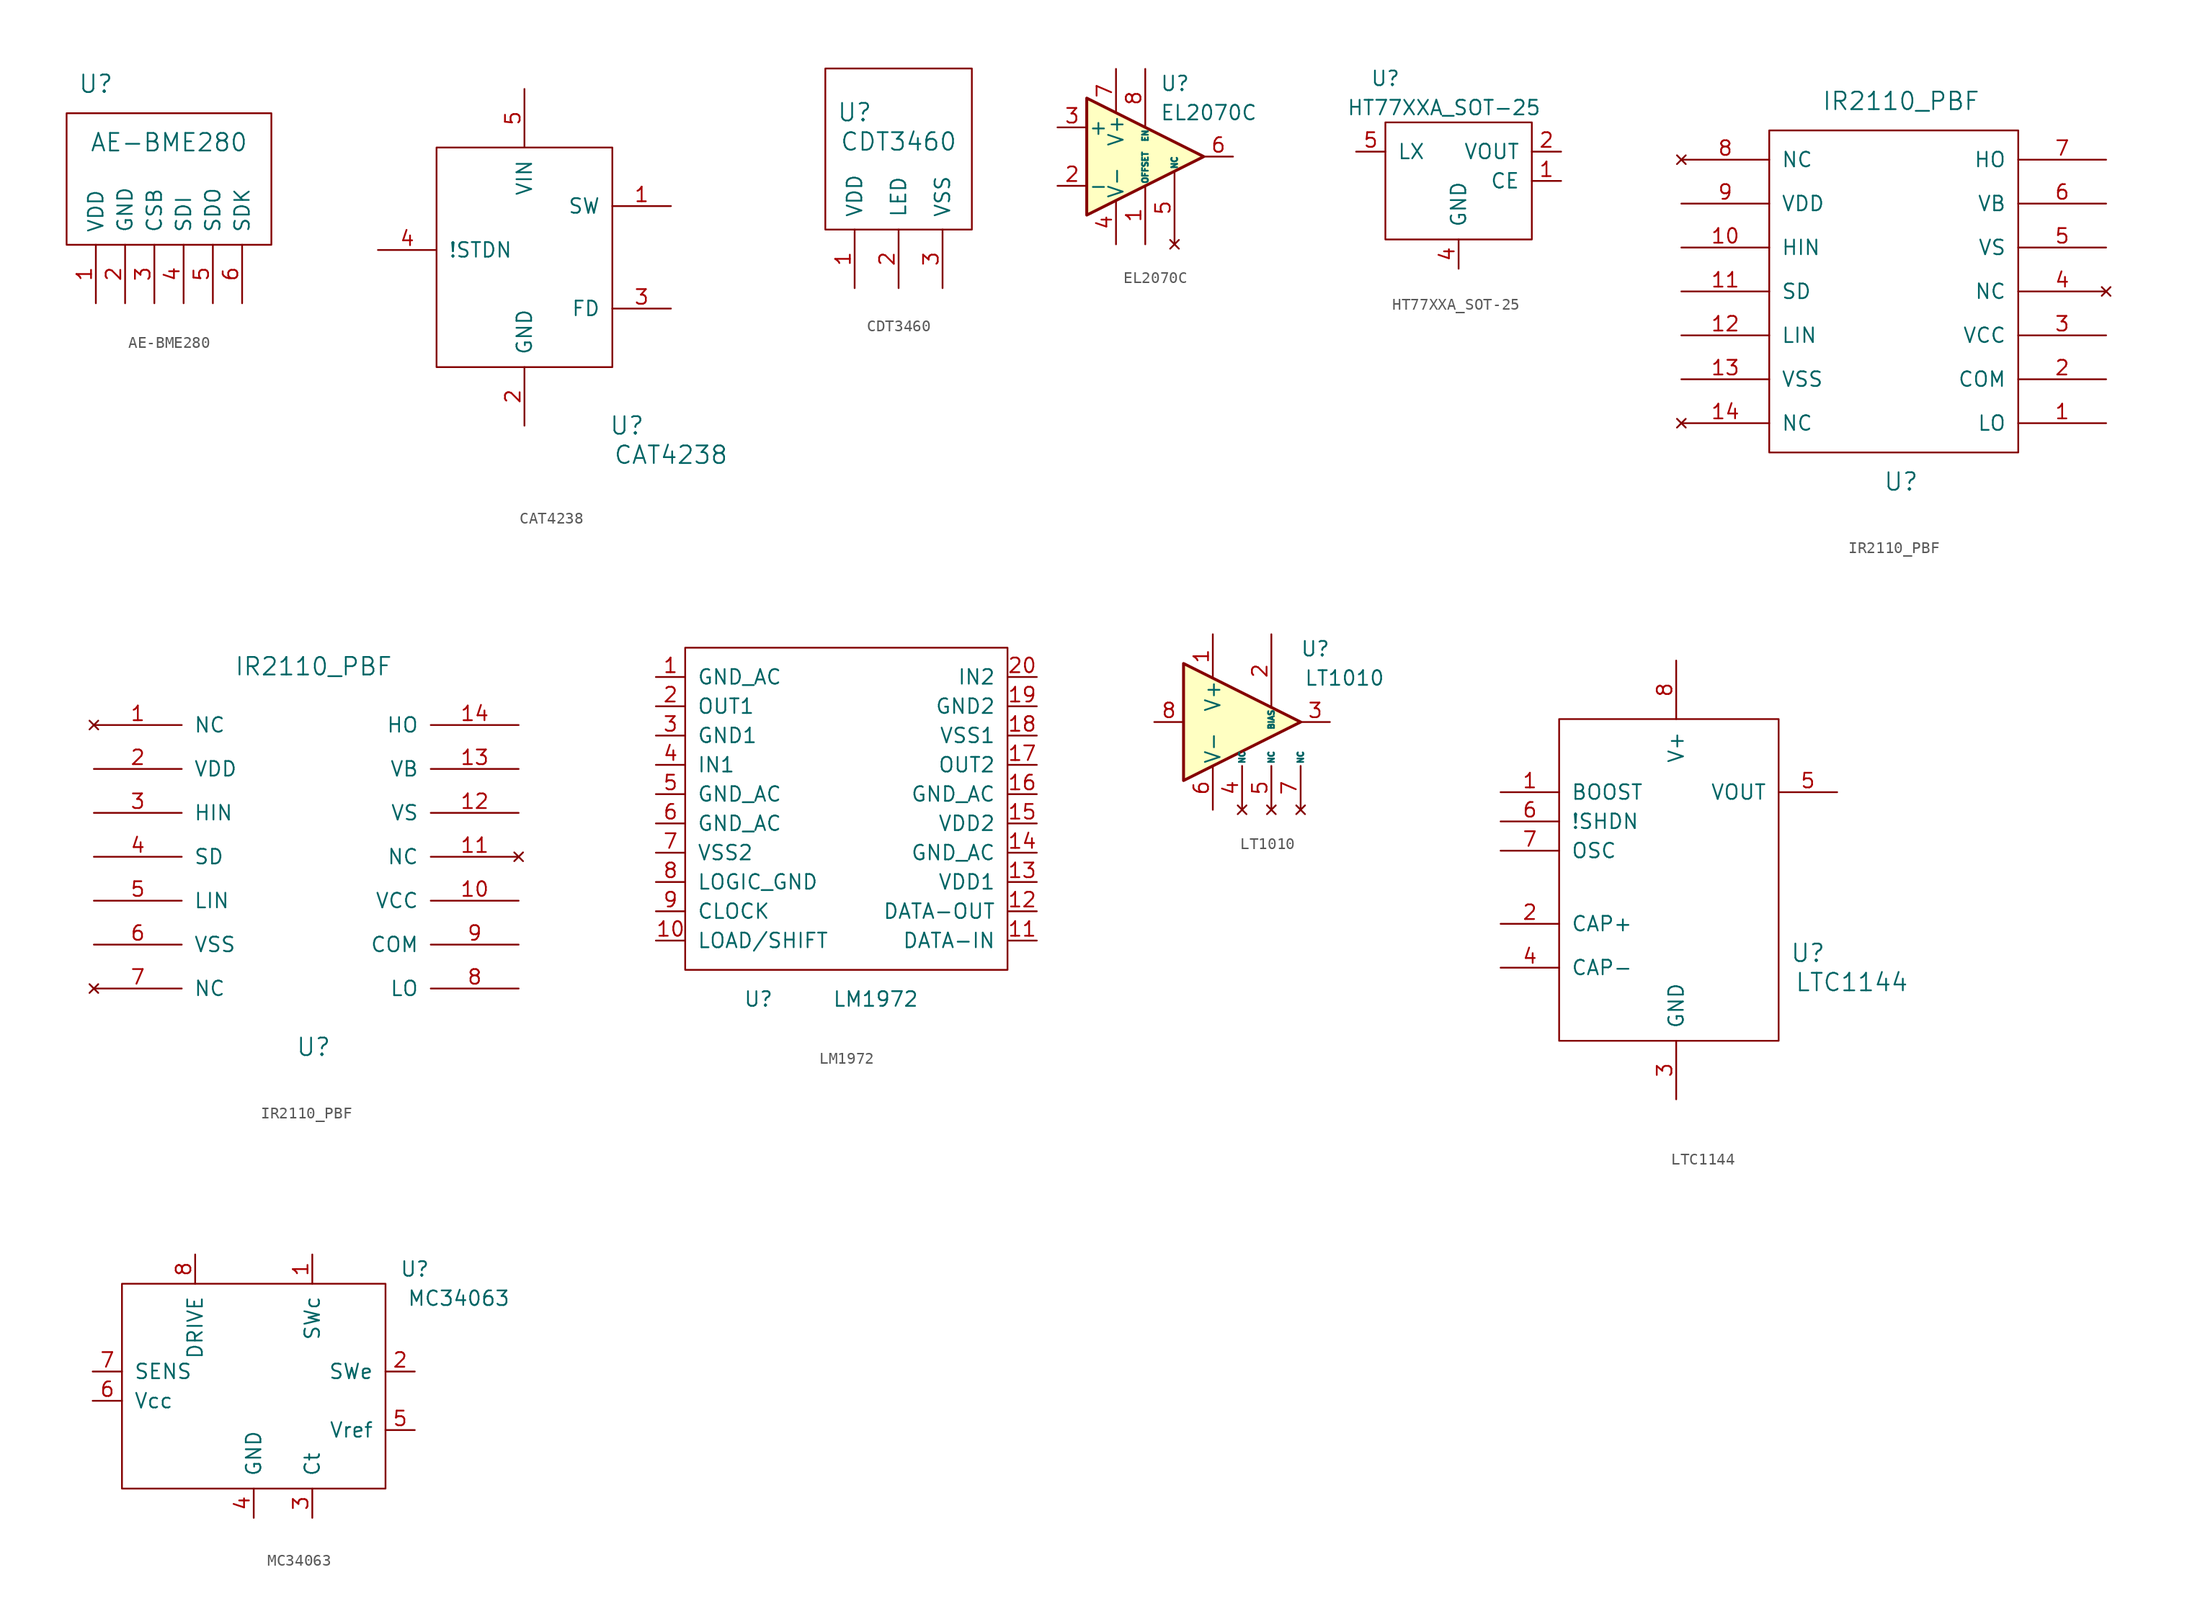
<source format=kicad_sym>
(kicad_symbol_lib
  (version 20220914)
  (generator kicad_symbol_editor)
  (symbol "AE-BME280"
    (pin_names
      (offset 1.016))
    (property "Reference" "U"
      (at -6.35 13.97 0)
      (effects (font (size 1.524 1.524))))
    (property "Value" "AE-BME280"
      (at 0 8.89 0)
      (effects (font (size 1.524 1.524))))
    (property "Footprint" ""
      (at 0 0 0)
      (effects (font (size 1.524 1.524))))
    (property "Datasheet" ""
      (at 0 0 0)
      (effects (font (size 1.524 1.524))))
    (symbol "AE-BME280_0_1"
      (rectangle (start -8.89 11.43) (end 8.89 0) (stroke (width 0) (type solid)) (fill (type none))))
    (symbol "AE-BME280_1_1"
      (pin power_in line (at -6.35 -5.08 90) (length 5.08) (name "VDD" (effects (font (size 1.27 1.27)))) (number "1" (effects (font (size 1.27 1.27)))))
      (pin power_in line (at -3.81 -5.08 90) (length 5.08) (name "GND" (effects (font (size 1.27 1.27)))) (number "2" (effects (font (size 1.27 1.27)))))
      (pin input line (at -1.27 -5.08 90) (length 5.08) (name "CSB" (effects (font (size 1.27 1.27)))) (number "3" (effects (font (size 1.27 1.27)))))
      (pin input line (at 1.27 -5.08 90) (length 5.08) (name "SDI" (effects (font (size 1.27 1.27)))) (number "4" (effects (font (size 1.27 1.27)))))
      (pin input line (at 3.81 -5.08 90) (length 5.08) (name "SDO" (effects (font (size 1.27 1.27)))) (number "5" (effects (font (size 1.27 1.27)))))
      (pin input line (at 6.35 -5.08 90) (length 5.08) (name "SDK" (effects (font (size 1.27 1.27)))) (number "6" (effects (font (size 1.27 1.27)))))))
  (symbol "CAT4238"
    (pin_names
      (offset 1.016))
    (property "Reference" "U"
      (at 8.89 -13.97 0)
      (effects (font (size 1.524 1.524))))
    (property "Value" "CAT4238"
      (at 12.7 -16.51 0)
      (effects (font (size 1.524 1.524))))
    (property "Footprint" ""
      (at -1.27 7.62 0)
      (effects (font (size 1.524 1.524))))
    (property "Datasheet" ""
      (at -1.27 7.62 0)
      (effects (font (size 1.524 1.524))))
    (symbol "CAT4238_0_1"
      (rectangle (start -7.62 10.16) (end 7.62 -8.89) (stroke (width 0) (type solid)) (fill (type none))))
    (symbol "CAT4238_1_1"
      (pin passive line (at 12.7 5.08 180) (length 5.08) (name "SW" (effects (font (size 1.27 1.27)))) (number "1" (effects (font (size 1.27 1.27)))))
      (pin power_in line (at 0 -13.97 90) (length 5.08) (name "GND" (effects (font (size 1.27 1.27)))) (number "2" (effects (font (size 1.27 1.27)))))
      (pin passive line (at 12.7 -3.81 180) (length 5.08) (name "FD" (effects (font (size 1.27 1.27)))) (number "3" (effects (font (size 1.27 1.27)))))
      (pin input line (at -12.7 1.27 0) (length 5.08) (name "!STDN" (effects (font (size 1.27 1.27)))) (number "4" (effects (font (size 1.27 1.27)))))
      (pin power_in line (at 0 15.24 270) (length 5.08) (name "VIN" (effects (font (size 1.27 1.27)))) (number "5" (effects (font (size 1.27 1.27)))))))
  (symbol "CDT3460"
    (pin_names
      (offset 1.016))
    (property "Reference" "U"
      (at -3.81 15.24 0)
      (effects (font (size 1.524 1.524))))
    (property "Value" "CDT3460"
      (at 0 12.7 0)
      (effects (font (size 1.524 1.524))))
    (property "Footprint" ""
      (at -1.27 8.89 0)
      (effects (font (size 1.524 1.524))))
    (property "Datasheet" ""
      (at -1.27 8.89 0)
      (effects (font (size 1.524 1.524))))
    (symbol "CDT3460_0_1"
      (rectangle (start -6.35 19.05) (end 6.35 5.08) (stroke (width 0) (type solid)) (fill (type none))))
    (symbol "CDT3460_1_1"
      (pin power_in line (at -3.81 0 90) (length 5.08) (name "VDD" (effects (font (size 1.27 1.27)))) (number "1" (effects (font (size 1.27 1.27)))))
      (pin output line (at 0 0 90) (length 5.08) (name "LED" (effects (font (size 1.27 1.27)))) (number "2" (effects (font (size 1.27 1.27)))))
      (pin power_in line (at 3.81 0 90) (length 5.08) (name "VSS" (effects (font (size 1.27 1.27)))) (number "3" (effects (font (size 1.27 1.27)))))))
  (symbol "EL2070C"
    (pin_names
      (offset 0.127))
    (property "Reference" "U"
      (at 1.27 6.35 0)
      (effects (font (size 1.27 1.27)) (justify left)))
    (property "Value" "EL2070C"
      (at 1.27 3.81 0)
      (effects (font (size 1.27 1.27)) (justify left)))
    (symbol "EL2070C_0_1"
      (polyline (pts (xy -5.08 5.08) (xy 5.08 0) (xy -5.08 -5.08) (xy -5.08 5.08)) (stroke (width 0.254) (type solid)) (fill (type background))))
    (symbol "EL2070C_1_1"
      (pin input line (at 0 -7.62 90) (length 5.08) (name "OFFSET" (effects (font (size 0.508 0.508)))) (number "1" (effects (font (size 1.27 1.27)))))
      (pin input line (at -7.62 -2.54 0) (length 2.54) (name "-" (effects (font (size 1.27 1.27)))) (number "2" (effects (font (size 1.27 1.27)))))
      (pin input line (at -7.62 2.54 0) (length 2.54) (name "+" (effects (font (size 1.27 1.27)))) (number "3" (effects (font (size 1.27 1.27)))))
      (pin power_in line (at -2.54 -7.62 90) (length 3.81) (name "V-" (effects (font (size 1.27 1.27)))) (number "4" (effects (font (size 1.27 1.27)))))
      (pin no_connect line (at 2.54 -7.62 90) (length 6.35) (name "NC" (effects (font (size 0.508 0.508)))) (number "5" (effects (font (size 1.27 1.27)))))
      (pin output line (at 7.62 0 180) (length 2.54) (name "~" (effects (font (size 1.27 1.27)))) (number "6" (effects (font (size 1.27 1.27)))))
      (pin power_in line (at -2.54 7.62 270) (length 3.81) (name "V+" (effects (font (size 1.27 1.27)))) (number "7" (effects (font (size 1.27 1.27)))))
      (pin input line (at 0 7.62 270) (length 5.08) (name "EN" (effects (font (size 0.508 0.508)))) (number "8" (effects (font (size 1.27 1.27)))))))
  (symbol "HT77XXA_SOT-25"
    (pin_names
      (offset 1.016))
    (property "Reference" "U"
      (at -6.35 8.89 0)
      (effects (font (size 1.27 1.27))))
    (property "Value" "HT77XXA_SOT-25"
      (at -1.27 6.35 0)
      (effects (font (size 1.27 1.27))))
    (symbol "HT77XXA_SOT-25_0_1"
      (rectangle (start -6.35 5.08) (end 6.35 -5.08) (stroke (width 0) (type solid)) (fill (type none))))
    (symbol "HT77XXA_SOT-25_1_1"
      (pin input line (at 8.89 0 180) (length 2.54) (name "CE" (effects (font (size 1.27 1.27)))) (number "1" (effects (font (size 1.27 1.27)))))
      (pin power_out line (at 8.89 2.54 180) (length 2.54) (name "VOUT" (effects (font (size 1.27 1.27)))) (number "2" (effects (font (size 1.27 1.27)))))
      (pin no_connect line (at -8.89 0 0) (length 2.54) hide (name "NC" (effects (font (size 1.27 1.27)))) (number "3" (effects (font (size 1.27 1.27)))))
      (pin power_in line (at 0 -7.62 90) (length 2.54) (name "GND" (effects (font (size 1.27 1.27)))) (number "4" (effects (font (size 1.27 1.27)))))
      (pin input line (at -8.89 2.54 0) (length 2.54) (name "LX" (effects (font (size 1.27 1.27)))) (number "5" (effects (font (size 1.27 1.27)))))))
  (symbol "IR2110_PBF"
    (pin_names
      (offset 1.016))
    (property "Reference" "U"
      (at 0 -16.51 0)
      (effects (font (size 1.524 1.524))))
    (property "Value" "IR2110_PBF"
      (at 0 16.51 0)
      (effects (font (size 1.524 1.524))))
    (property "Footprint" ""
      (at 0 0 0)
      (effects (font (size 1.524 1.524))))
    (property "Datasheet" ""
      (at 0 0 0)
      (effects (font (size 1.524 1.524))))
    (symbol "IR2110_PBF_0_1"
      (rectangle (start -11.43 13.97) (end 10.16 -13.97) (stroke (width 0) (type solid)) (fill (type none))))
    (symbol "IR2110_PBF_1_1"
      (pin output line (at 17.78 -11.43 180) (length 7.62) (name "LO" (effects (font (size 1.27 1.27)))) (number "1" (effects (font (size 1.27 1.27)))))
      (pin input line (at -19.05 3.81 0) (length 7.62) (name "HIN" (effects (font (size 1.27 1.27)))) (number "10" (effects (font (size 1.27 1.27)))))
      (pin input line (at -19.05 0 0) (length 7.62) (name "SD" (effects (font (size 1.27 1.27)))) (number "11" (effects (font (size 1.27 1.27)))))
      (pin input line (at -19.05 -3.81 0) (length 7.62) (name "LIN" (effects (font (size 1.27 1.27)))) (number "12" (effects (font (size 1.27 1.27)))))
      (pin power_in line (at -19.05 -7.62 0) (length 7.62) (name "VSS" (effects (font (size 1.27 1.27)))) (number "13" (effects (font (size 1.27 1.27)))))
      (pin no_connect line (at -19.05 -11.43 0) (length 7.62) (name "NC" (effects (font (size 1.27 1.27)))) (number "14" (effects (font (size 1.27 1.27)))))
      (pin power_in line (at 17.78 -7.62 180) (length 7.62) (name "COM" (effects (font (size 1.27 1.27)))) (number "2" (effects (font (size 1.27 1.27)))))
      (pin power_in line (at 17.78 -3.81 180) (length 7.62) (name "VCC" (effects (font (size 1.27 1.27)))) (number "3" (effects (font (size 1.27 1.27)))))
      (pin no_connect line (at 17.78 0 180) (length 7.62) (name "NC" (effects (font (size 1.27 1.27)))) (number "4" (effects (font (size 1.27 1.27)))))
      (pin bidirectional line (at 17.78 3.81 180) (length 7.62) (name "VS" (effects (font (size 1.27 1.27)))) (number "5" (effects (font (size 1.27 1.27)))))
      (pin input line (at 17.78 7.62 180) (length 7.62) (name "VB" (effects (font (size 1.27 1.27)))) (number "6" (effects (font (size 1.27 1.27)))))
      (pin output line (at 17.78 11.43 180) (length 7.62) (name "HO" (effects (font (size 1.27 1.27)))) (number "7" (effects (font (size 1.27 1.27)))))
      (pin no_connect line (at -19.05 11.43 0) (length 7.62) (name "NC" (effects (font (size 1.27 1.27)))) (number "8" (effects (font (size 1.27 1.27)))))
      (pin power_in line (at -19.05 7.62 0) (length 7.62) (name "VDD" (effects (font (size 1.27 1.27)))) (number "9" (effects (font (size 1.27 1.27))))))
    (symbol "IR2110_PBF_1_2"
      (pin no_connect line (at -19.05 11.43 0) (length 7.62) (name "NC" (effects (font (size 1.27 1.27)))) (number "1" (effects (font (size 1.27 1.27)))))
      (pin power_in line (at 17.78 -3.81 180) (length 7.62) (name "VCC" (effects (font (size 1.27 1.27)))) (number "10" (effects (font (size 1.27 1.27)))))
      (pin no_connect line (at 17.78 0 180) (length 7.62) (name "NC" (effects (font (size 1.27 1.27)))) (number "11" (effects (font (size 1.27 1.27)))))
      (pin bidirectional line (at 17.78 3.81 180) (length 7.62) (name "VS" (effects (font (size 1.27 1.27)))) (number "12" (effects (font (size 1.27 1.27)))))
      (pin input line (at 17.78 7.62 180) (length 7.62) (name "VB" (effects (font (size 1.27 1.27)))) (number "13" (effects (font (size 1.27 1.27)))))
      (pin output line (at 17.78 11.43 180) (length 7.62) (name "HO" (effects (font (size 1.27 1.27)))) (number "14" (effects (font (size 1.27 1.27)))))
      (pin power_in line (at -19.05 7.62 0) (length 7.62) (name "VDD" (effects (font (size 1.27 1.27)))) (number "2" (effects (font (size 1.27 1.27)))))
      (pin input line (at -19.05 3.81 0) (length 7.62) (name "HIN" (effects (font (size 1.27 1.27)))) (number "3" (effects (font (size 1.27 1.27)))))
      (pin input line (at -19.05 0 0) (length 7.62) (name "SD" (effects (font (size 1.27 1.27)))) (number "4" (effects (font (size 1.27 1.27)))))
      (pin input line (at -19.05 -3.81 0) (length 7.62) (name "LIN" (effects (font (size 1.27 1.27)))) (number "5" (effects (font (size 1.27 1.27)))))
      (pin power_in line (at -19.05 -7.62 0) (length 7.62) (name "VSS" (effects (font (size 1.27 1.27)))) (number "6" (effects (font (size 1.27 1.27)))))
      (pin no_connect line (at -19.05 -11.43 0) (length 7.62) (name "NC" (effects (font (size 1.27 1.27)))) (number "7" (effects (font (size 1.27 1.27)))))
      (pin output line (at 17.78 -11.43 180) (length 7.62) (name "LO" (effects (font (size 1.27 1.27)))) (number "8" (effects (font (size 1.27 1.27)))))
      (pin power_in line (at 17.78 -7.62 180) (length 7.62) (name "COM" (effects (font (size 1.27 1.27)))) (number "9" (effects (font (size 1.27 1.27)))))))
  (symbol "LM1972"
    (pin_names
      (offset 1.016))
    (property "Reference" "U"
      (at -7.62 -16.51 0)
      (effects (font (size 1.27 1.27))))
    (property "Value" "LM1972"
      (at 2.54 -16.51 0)
      (effects (font (size 1.27 1.27))))
    (symbol "LM1972_0_1"
      (rectangle (start -13.97 13.97) (end 13.97 -13.97) (stroke (width 0) (type solid)) (fill (type none))))
    (symbol "LM1972_1_1"
      (pin power_in line (at -16.51 11.43 0) (length 2.54) (name "GND_AC" (effects (font (size 1.27 1.27)))) (number "1" (effects (font (size 1.27 1.27)))))
      (pin input line (at -16.51 -11.43 0) (length 2.54) (name "LOAD/SHIFT" (effects (font (size 1.27 1.27)))) (number "10" (effects (font (size 1.27 1.27)))))
      (pin input line (at 16.51 -11.43 180) (length 2.54) (name "DATA-IN" (effects (font (size 1.27 1.27)))) (number "11" (effects (font (size 1.27 1.27)))))
      (pin output line (at 16.51 -8.89 180) (length 2.54) (name "DATA-OUT" (effects (font (size 1.27 1.27)))) (number "12" (effects (font (size 1.27 1.27)))))
      (pin power_in line (at 16.51 -6.35 180) (length 2.54) (name "VDD1" (effects (font (size 1.27 1.27)))) (number "13" (effects (font (size 1.27 1.27)))))
      (pin power_in line (at 16.51 -3.81 180) (length 2.54) (name "GND_AC" (effects (font (size 1.27 1.27)))) (number "14" (effects (font (size 1.27 1.27)))))
      (pin power_in line (at 16.51 -1.27 180) (length 2.54) (name "VDD2" (effects (font (size 1.27 1.27)))) (number "15" (effects (font (size 1.27 1.27)))))
      (pin power_in line (at 16.51 1.27 180) (length 2.54) (name "GND_AC" (effects (font (size 1.27 1.27)))) (number "16" (effects (font (size 1.27 1.27)))))
      (pin output line (at 16.51 3.81 180) (length 2.54) (name "OUT2" (effects (font (size 1.27 1.27)))) (number "17" (effects (font (size 1.27 1.27)))))
      (pin power_in line (at 16.51 6.35 180) (length 2.54) (name "VSS1" (effects (font (size 1.27 1.27)))) (number "18" (effects (font (size 1.27 1.27)))))
      (pin power_in line (at 16.51 8.89 180) (length 2.54) (name "GND2" (effects (font (size 1.27 1.27)))) (number "19" (effects (font (size 1.27 1.27)))))
      (pin output line (at -16.51 8.89 0) (length 2.54) (name "OUT1" (effects (font (size 1.27 1.27)))) (number "2" (effects (font (size 1.27 1.27)))))
      (pin input line (at 16.51 11.43 180) (length 2.54) (name "IN2" (effects (font (size 1.27 1.27)))) (number "20" (effects (font (size 1.27 1.27)))))
      (pin power_in line (at -16.51 6.35 0) (length 2.54) (name "GND1" (effects (font (size 1.27 1.27)))) (number "3" (effects (font (size 1.27 1.27)))))
      (pin input line (at -16.51 3.81 0) (length 2.54) (name "IN1" (effects (font (size 1.27 1.27)))) (number "4" (effects (font (size 1.27 1.27)))))
      (pin power_in line (at -16.51 1.27 0) (length 2.54) (name "GND_AC" (effects (font (size 1.27 1.27)))) (number "5" (effects (font (size 1.27 1.27)))))
      (pin power_in line (at -16.51 -1.27 0) (length 2.54) (name "GND_AC" (effects (font (size 1.27 1.27)))) (number "6" (effects (font (size 1.27 1.27)))))
      (pin power_in line (at -16.51 -3.81 0) (length 2.54) (name "VSS2" (effects (font (size 1.27 1.27)))) (number "7" (effects (font (size 1.27 1.27)))))
      (pin power_in line (at -16.51 -6.35 0) (length 2.54) (name "LOGIC_GND" (effects (font (size 1.27 1.27)))) (number "8" (effects (font (size 1.27 1.27)))))
      (pin input line (at -16.51 -8.89 0) (length 2.54) (name "CLOCK" (effects (font (size 1.27 1.27)))) (number "9" (effects (font (size 1.27 1.27)))))))
  (symbol "LT1010"
    (pin_names
      (offset 0.127))
    (property "Reference" "U"
      (at 8.89 6.35 0)
      (effects (font (size 1.27 1.27))))
    (property "Value" "LT1010"
      (at 11.43 3.81 0)
      (effects (font (size 1.27 1.27))))
    (symbol "LT1010_1_1"
      (polyline (pts (xy 7.62 0) (xy -2.54 5.08) (xy -2.54 -5.08) (xy 7.62 0)) (stroke (width 0.254) (type solid)) (fill (type background)))
      (pin power_in line (at 0 7.62 270) (length 3.81) (name "V+" (effects (font (size 1.27 1.27)))) (number "1" (effects (font (size 1.27 1.27)))))
      (pin passive line (at 5.08 7.62 270) (length 6.35) (name "BIAS" (effects (font (size 0.508 0.508)))) (number "2" (effects (font (size 1.27 1.27)))))
      (pin output line (at 10.16 0 180) (length 2.54) (name "~" (effects (font (size 1.27 1.27)))) (number "3" (effects (font (size 1.27 1.27)))))
      (pin no_connect line (at 2.54 -7.62 90) (length 3.81) (name "NC" (effects (font (size 0.508 0.508)))) (number "4" (effects (font (size 1.27 1.27)))))
      (pin no_connect line (at 5.08 -7.62 90) (length 3.81) (name "NC" (effects (font (size 0.508 0.508)))) (number "5" (effects (font (size 1.27 1.27)))))
      (pin power_in line (at 0 -7.62 90) (length 3.81) (name "V-" (effects (font (size 1.27 1.27)))) (number "6" (effects (font (size 1.27 1.27)))))
      (pin no_connect line (at 7.62 -7.62 90) (length 3.81) (name "NC" (effects (font (size 0.508 0.508)))) (number "7" (effects (font (size 1.27 1.27)))))
      (pin input line (at -5.08 0 0) (length 2.54) (name "~" (effects (font (size 1.27 1.27)))) (number "8" (effects (font (size 1.27 1.27)))))))
  (symbol "LTC1144"
    (pin_names
      (offset 1.016))
    (property "Reference" "U"
      (at 12.7 -5.08 0)
      (effects (font (size 1.524 1.524))))
    (property "Value" "LTC1144"
      (at 16.51 -7.62 0)
      (effects (font (size 1.524 1.524))))
    (property "Footprint" ""
      (at -2.54 -1.27 0)
      (effects (font (size 1.524 1.524))))
    (property "Datasheet" ""
      (at -2.54 -1.27 0)
      (effects (font (size 1.524 1.524))))
    (symbol "LTC1144_0_1"
      (rectangle (start -8.89 15.24) (end 10.16 -12.7) (stroke (width 0) (type solid)) (fill (type none))))
    (symbol "LTC1144_1_1"
      (pin input line (at -13.97 8.89 0) (length 5.08) (name "BOOST" (effects (font (size 1.27 1.27)))) (number "1" (effects (font (size 1.27 1.27)))))
      (pin passive line (at -13.97 -2.54 0) (length 5.08) (name "CAP+" (effects (font (size 1.27 1.27)))) (number "2" (effects (font (size 1.27 1.27)))))
      (pin power_in line (at 1.27 -17.78 90) (length 5.08) (name "GND" (effects (font (size 1.27 1.27)))) (number "3" (effects (font (size 1.27 1.27)))))
      (pin passive line (at -13.97 -6.35 0) (length 5.08) (name "CAP-" (effects (font (size 1.27 1.27)))) (number "4" (effects (font (size 1.27 1.27)))))
      (pin power_in line (at 15.24 8.89 180) (length 5.08) (name "VOUT" (effects (font (size 1.27 1.27)))) (number "5" (effects (font (size 1.27 1.27)))))
      (pin input line (at -13.97 6.35 0) (length 5.08) (name "!SHDN" (effects (font (size 1.27 1.27)))) (number "6" (effects (font (size 1.27 1.27)))))
      (pin input line (at -13.97 3.81 0) (length 5.08) (name "OSC" (effects (font (size 1.27 1.27)))) (number "7" (effects (font (size 1.27 1.27)))))
      (pin power_in line (at 1.27 20.32 270) (length 5.08) (name "V+" (effects (font (size 1.27 1.27)))) (number "8" (effects (font (size 1.27 1.27)))))))
  (symbol "MC34063"
    (pin_names
      (offset 1.016))
    (property "Reference" "U"
      (at 13.97 10.16 0)
      (effects (font (size 1.27 1.27))))
    (property "Value" "MC34063"
      (at 17.78 7.62 0)
      (effects (font (size 1.27 1.27))))
    (symbol "MC34063_0_1"
      (rectangle (start -11.43 8.89) (end 11.43 -8.89) (stroke (width 0) (type solid)) (fill (type none))))
    (symbol "MC34063_1_1"
      (pin unspecified line (at 5.08 11.43 270) (length 2.54) (name "SWc" (effects (font (size 1.27 1.27)))) (number "1" (effects (font (size 1.27 1.27)))))
      (pin unspecified line (at 13.97 1.27 180) (length 2.54) (name "SWe" (effects (font (size 1.27 1.27)))) (number "2" (effects (font (size 1.27 1.27)))))
      (pin passive line (at 5.08 -11.43 90) (length 2.54) (name "Ct" (effects (font (size 1.27 1.27)))) (number "3" (effects (font (size 1.27 1.27)))))
      (pin unspecified line (at 0 -11.43 90) (length 2.54) (name "GND" (effects (font (size 1.27 1.27)))) (number "4" (effects (font (size 1.27 1.27)))))
      (pin input line (at 13.97 -3.81 180) (length 2.54) (name "Vref" (effects (font (size 1.27 1.27)))) (number "5" (effects (font (size 1.27 1.27)))))
      (pin power_in line (at -13.97 -1.27 0) (length 2.54) (name "Vcc" (effects (font (size 1.27 1.27)))) (number "6" (effects (font (size 1.27 1.27)))))
      (pin input line (at -13.97 1.27 0) (length 2.54) (name "SENS" (effects (font (size 1.27 1.27)))) (number "7" (effects (font (size 1.27 1.27)))))
      (pin unspecified line (at -5.08 11.43 270) (length 2.54) (name "DRIVE" (effects (font (size 1.27 1.27)))) (number "8" (effects (font (size 1.27 1.27))))))))
</source>
